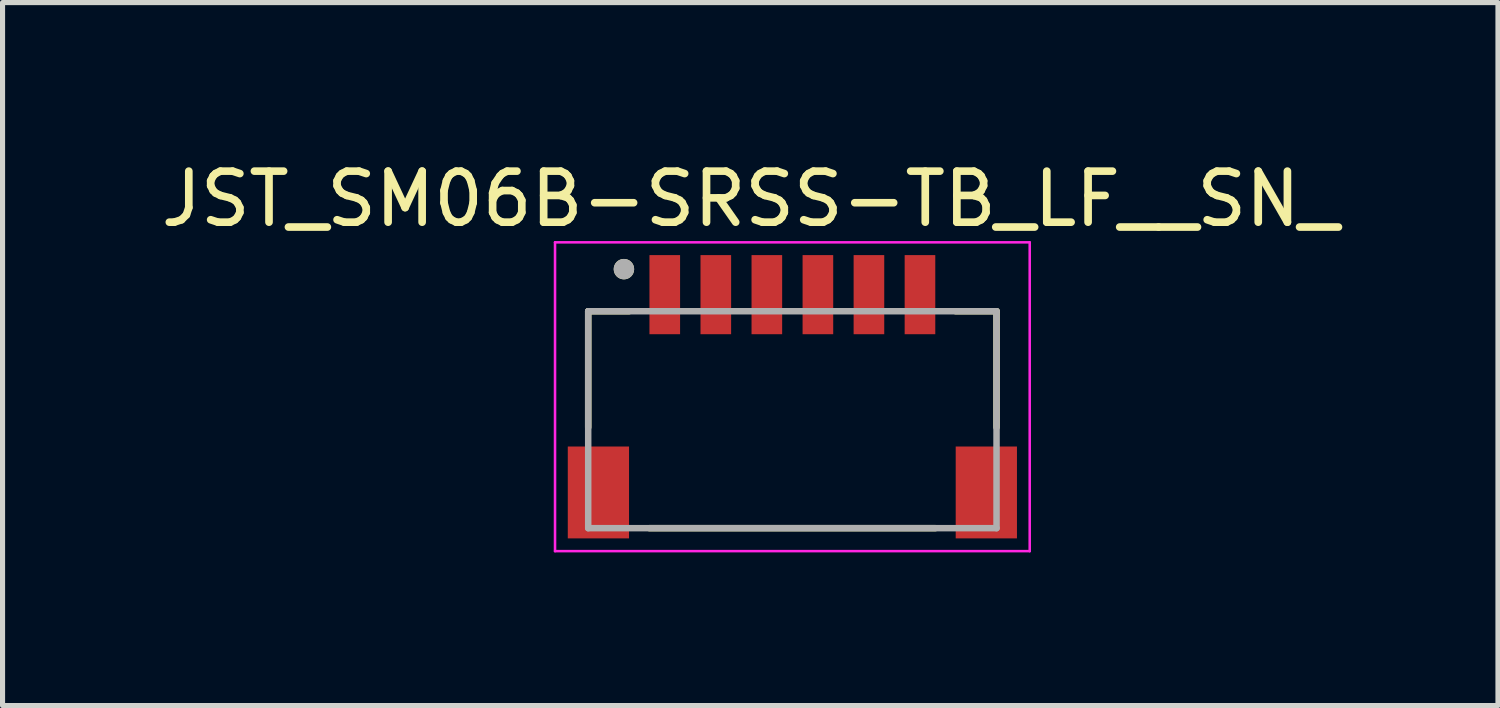
<source format=kicad_pcb>
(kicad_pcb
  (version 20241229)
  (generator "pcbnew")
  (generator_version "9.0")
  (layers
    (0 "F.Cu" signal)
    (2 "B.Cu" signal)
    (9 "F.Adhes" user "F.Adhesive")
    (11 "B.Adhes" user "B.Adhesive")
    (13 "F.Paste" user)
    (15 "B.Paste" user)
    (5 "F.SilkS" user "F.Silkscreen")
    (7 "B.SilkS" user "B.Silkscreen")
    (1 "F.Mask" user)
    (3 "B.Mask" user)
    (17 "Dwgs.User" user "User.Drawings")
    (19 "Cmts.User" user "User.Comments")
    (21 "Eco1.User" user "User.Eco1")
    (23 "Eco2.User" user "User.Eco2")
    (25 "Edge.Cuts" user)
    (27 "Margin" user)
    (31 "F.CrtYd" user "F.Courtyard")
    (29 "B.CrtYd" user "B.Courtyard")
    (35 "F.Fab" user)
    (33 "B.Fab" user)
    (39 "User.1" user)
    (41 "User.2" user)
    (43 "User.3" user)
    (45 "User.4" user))
  (footprint "JST_SM06B-SRSS-TB_LF__SN_"
    (layer "F.Cu")
    (at 12.474 2.723)
    (property "Reference" "JST_SM06B-SRSS-TB_LF__SN_" (at -0.825 -1.875 0) (layer "F.SilkS") (effects (font (size 1 1) (thickness 0.15))))
    (attr smd)
    (fp_line (start -4 0.325) (end -4 2.6) (stroke (width 0.127) (type solid)) (layer "F.SilkS"))
    (fp_line (start -3.2 0.325) (end -4 0.325) (stroke (width 0.127) (type solid)) (layer "F.SilkS"))
    (fp_line (start -2.8 4.575) (end 2.8 4.575) (stroke (width 0.127) (type solid)) (layer "F.SilkS"))
    (fp_line (start 3.2 0.325) (end 4 0.325) (stroke (width 0.127) (type solid)) (layer "F.SilkS"))
    (fp_line (start 4 0.325) (end 4 2.6) (stroke (width 0.127) (type solid)) (layer "F.SilkS"))
    (fp_circle (center -3.3 -0.5) (end -3.2 -0.5) (stroke (width 0.2) (type solid)) (fill no) (layer "F.SilkS"))
    (fp_line (start -4.65 -1.025) (end 4.65 -1.025) (stroke (width 0.05) (type solid)) (layer "F.CrtYd"))
    (fp_line (start -4.65 5.025) (end -4.65 -1.025) (stroke (width 0.05) (type solid)) (layer "F.CrtYd"))
    (fp_line (start 4.65 -1.025) (end 4.65 5.025) (stroke (width 0.05) (type solid)) (layer "F.CrtYd"))
    (fp_line (start 4.65 5.025) (end -4.65 5.025) (stroke (width 0.05) (type solid)) (layer "F.CrtYd"))
    (fp_line (start -4 0.325) (end 4 0.325) (stroke (width 0.127) (type solid)) (layer "F.Fab"))
    (fp_line (start -4 4.575) (end -4 0.325) (stroke (width 0.127) (type solid)) (layer "F.Fab"))
    (fp_line (start 4 0.325) (end 4 4.575) (stroke (width 0.127) (type solid)) (layer "F.Fab"))
    (fp_line (start 4 4.575) (end -4 4.575) (stroke (width 0.127) (type solid)) (layer "F.Fab"))
    (fp_circle (center -3.3 -0.5) (end -3.2 -0.5) (stroke (width 0.2) (type solid)) (fill no) (layer "F.Fab"))
    (pad "1" smd rect (at -2.5 0) (size 0.6 1.55) (layers "F.Cu" "F.Mask" "F.Paste"))
    (pad "2" smd rect (at -1.5 0) (size 0.6 1.55) (layers "F.Cu" "F.Mask" "F.Paste"))
    (pad "3" smd rect (at -0.5 0) (size 0.6 1.55) (layers "F.Cu" "F.Mask" "F.Paste"))
    (pad "4" smd rect (at 0.5 0) (size 0.6 1.55) (layers "F.Cu" "F.Mask" "F.Paste"))
    (pad "5" smd rect (at 1.5 0) (size 0.6 1.55) (layers "F.Cu" "F.Mask" "F.Paste"))
    (pad "6" smd rect (at 2.5 0) (size 0.6 1.55) (layers "F.Cu" "F.Mask" "F.Paste"))
    (pad "S1" smd rect (at -3.8 3.875) (size 1.2 1.8) (layers "F.Cu" "F.Mask" "F.Paste"))
    (pad "S2" smd rect (at 3.8 3.875) (size 1.2 1.8) (layers "F.Cu" "F.Mask" "F.Paste")))
  (gr_rect
    (start -3 -3)
    (end 26.298 10.773)
    (stroke (width 0.1) (type default))
    (fill no)
    (layer "Edge.Cuts")))
</source>
